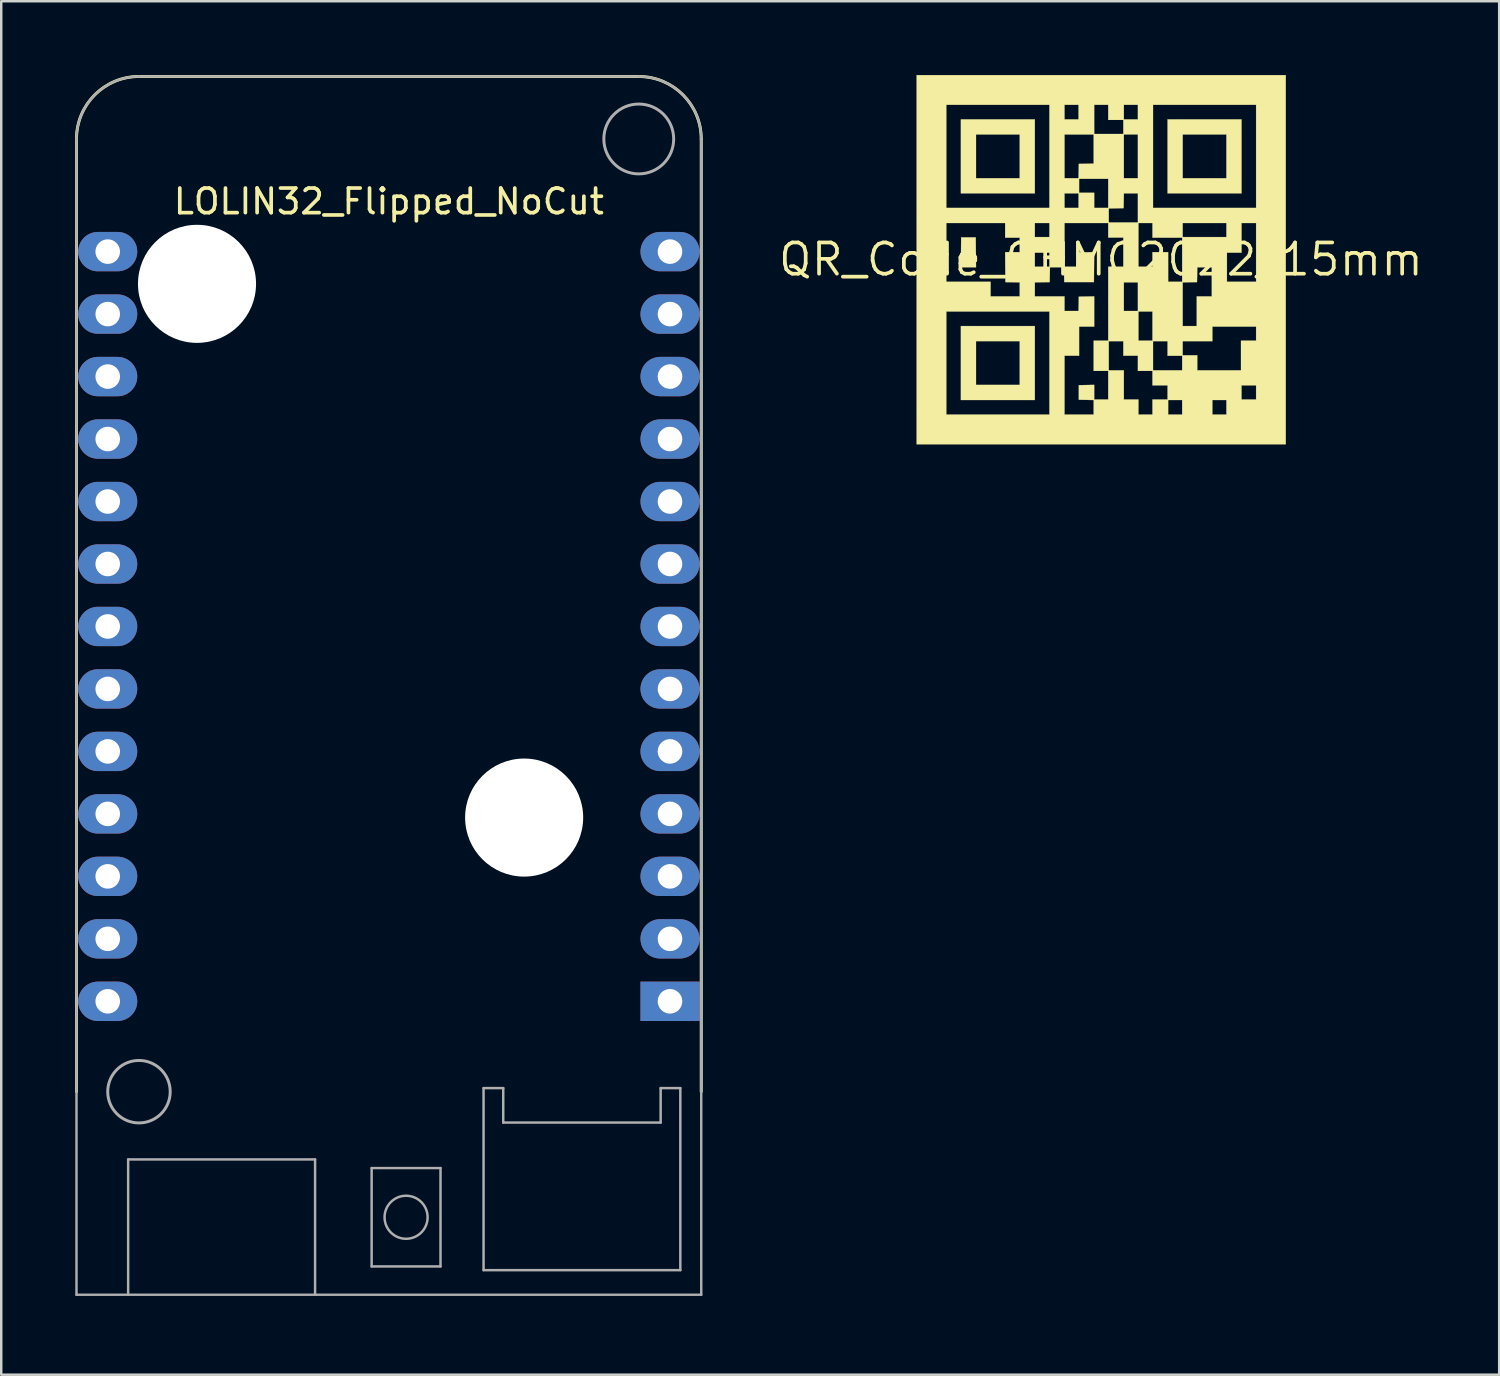
<source format=kicad_pcb>
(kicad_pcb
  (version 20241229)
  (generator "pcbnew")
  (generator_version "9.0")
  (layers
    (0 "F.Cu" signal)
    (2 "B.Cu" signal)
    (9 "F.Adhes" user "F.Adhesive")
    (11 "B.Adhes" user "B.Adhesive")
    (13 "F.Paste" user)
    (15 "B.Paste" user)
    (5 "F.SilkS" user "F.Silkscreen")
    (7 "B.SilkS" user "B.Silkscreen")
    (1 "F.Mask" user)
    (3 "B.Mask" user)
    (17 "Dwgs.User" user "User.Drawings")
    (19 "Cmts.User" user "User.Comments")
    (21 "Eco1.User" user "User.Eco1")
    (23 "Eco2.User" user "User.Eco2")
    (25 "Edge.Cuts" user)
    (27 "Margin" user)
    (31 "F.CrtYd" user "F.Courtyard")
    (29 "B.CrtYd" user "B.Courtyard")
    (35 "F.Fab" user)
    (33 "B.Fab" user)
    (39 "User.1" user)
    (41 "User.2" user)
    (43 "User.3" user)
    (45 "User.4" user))
  (footprint "QR_Code_OHMC2022_15mm"
    (layer "F.Cu")
    (at 41.711 7.498)
    (property "Reference" "QR_Code_OHMC2022_15mm" (at 0 0 0) (layer "F.SilkS") (effects (font (size 1.27 1.27) (thickness 0.15))))
    (attr through_hole)
    (fp_poly (pts (xy -5.085 -0.291) (xy -5.079 0.318) (xy -5.694 0.318) (xy -5.689 -0.291) (xy -5.683 -0.9) (xy -5.091 -0.9) (xy -5.085 -0.291)) (stroke (width 0.01) (type solid)) (fill yes) (layer "F.SilkS"))
    (fp_poly (pts (xy -2.688 -2.688) (xy -5.694 -2.688) (xy -5.694 -5.08) (xy -5.08 -5.08) (xy -5.08 -3.302) (xy -3.302 -3.302) (xy -3.302 -5.08) (xy -5.08 -5.08) (xy -5.694 -5.08) (xy -5.694 -5.694) (xy -2.688 -5.694) (xy -2.688 -2.688)) (stroke (width 0.01) (type solid)) (fill yes) (layer "F.SilkS"))
    (fp_poly (pts (xy -2.688 5.715) (xy -5.694 5.715) (xy -5.694 3.323) (xy -5.08 3.323) (xy -5.08 5.101) (xy -3.302 5.101) (xy -3.302 3.323) (xy -5.08 3.323) (xy -5.694 3.323) (xy -5.694 2.709) (xy -2.688 2.709) (xy -2.688 5.715)) (stroke (width 0.01) (type solid)) (fill yes) (layer "F.SilkS"))
    (fp_poly (pts (xy 5.715 -2.688) (xy 2.709 -2.688) (xy 2.709 -5.08) (xy 3.323 -5.08) (xy 3.323 -3.302) (xy 5.101 -3.302) (xy 5.101 -5.08) (xy 3.323 -5.08) (xy 2.709 -5.08) (xy 2.709 -5.694) (xy 5.715 -5.694) (xy 5.715 -2.688)) (stroke (width 0.01) (type solid)) (fill yes) (layer "F.SilkS"))
    (fp_poly (pts (xy 7.514 7.514) (xy -7.493 7.514) (xy -7.493 2.117) (xy -6.287 2.117) (xy -6.287 6.308) (xy -2.095 6.308) (xy -2.095 2.117) (xy -6.287 2.117) (xy -7.493 2.117) (xy -7.493 -1.482) (xy -6.287 -1.482) (xy -6.287 0.91) (xy -4.487 0.91) (xy -4.487 1.503) (xy -3.302 1.503) (xy -3.302 0.933) (xy -3.304 0.932) (xy -2.688 0.932) (xy -2.688 1.503) (xy -1.482 1.503) (xy -1.482 2.095) (xy -0.911 2.095) (xy -0.905 1.804) (xy -0.9 1.513) (xy -0.587 1.508) (xy -0.275 1.502) (xy -0.275 2.731) (xy -0.889 2.731) (xy -0.889 3.916) (xy -1.482 3.916) (xy -1.482 6.308) (xy -0.296 6.308) (xy -0.296 5.716) (xy -0.598 5.71) (xy -0.9 5.704) (xy -0.9 5.112) (xy -0.587 5.106) (xy -0.275 5.1) (xy -0.275 5.694) (xy 0.296 5.694) (xy 0.296 4.53) (xy -0.296 4.53) (xy -0.296 3.323) (xy 0.318 3.323) (xy 0.318 4.508) (xy 0.931 4.508) (xy 0.931 5.694) (xy 1.524 5.694) (xy 1.524 6.308) (xy 2.095 6.308) (xy 2.095 5.715) (xy 2.731 5.715) (xy 2.731 6.308) (xy 3.302 6.308) (xy 3.302 5.715) (xy 4.53 5.715) (xy 4.53 6.308) (xy 5.101 6.308) (xy 5.101 5.715) (xy 4.53 5.715) (xy 3.302 5.715) (xy 2.731 5.715) (xy 2.095 5.715) (xy 2.095 5.694) (xy 2.709 5.694) (xy 2.709 5.122) (xy 5.715 5.122) (xy 5.715 5.694) (xy 6.308 5.694) (xy 6.308 5.122) (xy 5.715 5.122) (xy 2.709 5.122) (xy 2.095 5.122) (xy 2.095 4.53) (xy 1.503 4.53) (xy 1.503 3.916) (xy 0.91 3.916) (xy 0.91 3.323) (xy 2.117 3.323) (xy 2.117 4.508) (xy 3.302 4.508) (xy 3.302 3.916) (xy 2.709 3.916) (xy 2.709 3.323) (xy 3.323 3.323) (xy 3.323 3.895) (xy 3.916 3.895) (xy 3.916 4.508) (xy 5.694 4.508) (xy 5.694 3.302) (xy 6.308 3.302) (xy 6.308 2.731) (xy 4.53 2.731) (xy 4.53 3.323) (xy 3.323 3.323) (xy 2.709 3.323) (xy 2.117 3.323) (xy 0.91 3.323) (xy 0.318 3.323) (xy -0.296 3.323) (xy -0.296 3.302) (xy 0.296 3.302) (xy 0.296 2.117) (xy 1.524 2.117) (xy 1.524 3.302) (xy 2.095 3.302) (xy 2.095 2.117) (xy 1.524 2.117) (xy 0.296 2.117) (xy 0.296 0.931) (xy 0.931 0.931) (xy 0.931 2.095) (xy 1.503 2.095) (xy 1.503 0.933) (xy 3.323 0.933) (xy 3.323 2.709) (xy 3.895 2.709) (xy 3.895 1.503) (xy 4.508 1.503) (xy 4.508 0.318) (xy 3.917 0.318) (xy 3.905 0.921) (xy 3.614 0.927) (xy 3.323 0.933) (xy 1.503 0.933) (xy 1.503 0.931) (xy 0.931 0.931) (xy 0.296 0.931) (xy 0.296 0.296) (xy 0.91 0.296) (xy 0.91 -0.889) (xy 0.296 -0.889) (xy 0.296 -1.482) (xy 1.524 -1.482) (xy 1.524 0.296) (xy 2.095 0.296) (xy 2.095 -0.296) (xy 2.731 -0.296) (xy 2.731 0.91) (xy 3.302 0.91) (xy 3.302 -0.275) (xy 5.122 -0.275) (xy 5.122 0.91) (xy 6.308 0.91) (xy 6.308 -1.482) (xy 5.715 -1.482) (xy 5.715 -0.275) (xy 5.122 -0.275) (xy 3.302 -0.275) (xy 3.302 -0.889) (xy 2.095 -0.889) (xy 2.095 -1.482) (xy 3.323 -1.482) (xy 3.323 -0.91) (xy 5.101 -0.91) (xy 5.101 -1.482) (xy 3.323 -1.482) (xy 2.095 -1.482) (xy 1.524 -1.482) (xy 0.296 -1.482) (xy -1.482 -1.482) (xy -1.482 0.296) (xy -0.911 0.296) (xy -0.9 -0.286) (xy -0.587 -0.292) (xy -0.275 -0.297) (xy -0.28 0.312) (xy -0.286 0.921) (xy -1.492 0.921) (xy -1.498 0.619) (xy -1.504 0.318) (xy -2.073 0.318) (xy -2.079 0.619) (xy -2.085 0.921) (xy -2.688 0.932) (xy -3.304 0.932) (xy -3.593 0.927) (xy -3.884 0.921) (xy -3.89 0.312) (xy -3.895 -0.275) (xy -2.688 -0.275) (xy -2.688 0.296) (xy -2.095 0.296) (xy -2.095 -0.275) (xy -2.688 -0.275) (xy -3.895 -0.275) (xy -3.895 -0.296) (xy -3.302 -0.296) (xy -3.302 -0.889) (xy -3.895 -0.889) (xy -3.895 -1.482) (xy -2.688 -1.482) (xy -2.688 -0.91) (xy -2.095 -0.91) (xy -2.095 -1.482) (xy -2.688 -1.482) (xy -3.895 -1.482) (xy -6.287 -1.482) (xy -7.493 -1.482) (xy -7.493 -2.073) (xy 0.318 -2.073) (xy 0.318 -1.503) (xy 1.503 -1.503) (xy 1.503 -2.688) (xy 0.932 -2.688) (xy 0.921 -2.085) (xy 0.619 -2.079) (xy 0.318 -2.073) (xy -7.493 -2.073) (xy -7.493 -6.287) (xy -6.287 -6.287) (xy -6.287 -2.095) (xy -2.095 -2.095) (xy -2.095 -2.688) (xy -1.482 -2.688) (xy -1.482 -2.095) (xy -0.91 -2.095) (xy -0.91 -2.688) (xy -1.482 -2.688) (xy -2.095 -2.688) (xy -2.095 -3.281) (xy -0.889 -3.281) (xy -0.889 -2.709) (xy -0.275 -2.709) (xy -0.275 -2.095) (xy 0.296 -2.095) (xy 0.296 -3.281) (xy -0.889 -3.281) (xy -2.095 -3.281) (xy -2.095 -5.08) (xy -1.482 -5.08) (xy -1.482 -3.302) (xy -0.911 -3.302) (xy -0.905 -3.593) (xy -0.9 -3.884) (xy -0.296 -3.896) (xy -0.296 -5.08) (xy 0.931 -5.08) (xy 0.931 -3.302) (xy 1.503 -3.302) (xy 1.503 -5.08) (xy 0.931 -5.08) (xy -0.296 -5.08) (xy -1.482 -5.08) (xy -2.095 -5.08) (xy -2.095 -6.287) (xy -1.482 -6.287) (xy -1.482 -5.694) (xy -0.91 -5.694) (xy -0.91 -6.287) (xy -0.275 -6.287) (xy -0.275 -5.101) (xy 0.91 -5.101) (xy 0.91 -5.673) (xy 0.296 -5.673) (xy 0.296 -6.287) (xy 0.931 -6.287) (xy 0.931 -5.694) (xy 1.503 -5.694) (xy 1.503 -6.287) (xy 2.117 -6.287) (xy 2.117 -2.095) (xy 6.308 -2.095) (xy 6.308 -6.287) (xy 2.117 -6.287) (xy 1.503 -6.287) (xy 0.931 -6.287) (xy 0.296 -6.287) (xy -0.275 -6.287) (xy -0.91 -6.287) (xy -1.482 -6.287) (xy -2.095 -6.287) (xy -6.287 -6.287) (xy -7.493 -6.287) (xy -7.493 -7.493) (xy 7.514 -7.493) (xy 7.514 7.514)) (stroke (width 0.01) (type solid)) (fill yes) (layer "F.SilkS")))
  (footprint "LOLIN32_Flipped_NoCut"
    (layer "F.Cu")
    (at 12.76 49.59)
    (property "Reference" "LOLIN32_Flipped_NoCut" (at 0 -44.45 0) (layer "F.SilkS") (effects (font (size 1 1) (thickness 0.15))))
    (attr through_hole)
    (fp_line (start -12.7 -46.99) (end -12.7 -8.255) (stroke (width 0.12) (type solid)) (layer "F.SilkS"))
    (fp_line (start 10.16 -49.53) (end -10.16 -49.53) (stroke (width 0.12) (type solid)) (layer "F.SilkS"))
    (fp_line (start 12.7 -8.255) (end 12.7 -46.99) (stroke (width 0.12) (type solid)) (layer "F.SilkS"))
    (fp_arc (start -12.699998 -46.99) (mid -11.95605 -48.786051) (end -10.159999 -49.529999) (stroke (width 0.12) (type solid)) (layer "F.SilkS"))
    (fp_arc (start 10.159999 -49.53) (mid 11.95605 -48.786051) (end 12.699999 -46.99) (stroke (width 0.12) (type solid)) (layer "F.SilkS"))
    (fp_line (start -12.7 -46.99) (end -12.7 0) (stroke (width 0.1) (type solid)) (layer "F.Fab"))
    (fp_line (start -12.7 0) (end 12.7 0) (stroke (width 0.1) (type solid)) (layer "F.Fab"))
    (fp_line (start -10.6 -5.5) (end -3 -5.5) (stroke (width 0.1) (type solid)) (layer "F.Fab"))
    (fp_line (start -10.6 0) (end -10.6 -5.5) (stroke (width 0.1) (type solid)) (layer "F.Fab"))
    (fp_line (start -3 -5.5) (end -3 0) (stroke (width 0.1) (type solid)) (layer "F.Fab"))
    (fp_line (start -0.7 -5.15) (end 2.1 -5.15) (stroke (width 0.1) (type solid)) (layer "F.Fab"))
    (fp_line (start -0.7 -1.15) (end -0.7 -5.15) (stroke (width 0.1) (type solid)) (layer "F.Fab"))
    (fp_line (start 2.1 -5.15) (end 2.1 -1.15) (stroke (width 0.1) (type solid)) (layer "F.Fab"))
    (fp_line (start 2.1 -1.15) (end -0.7 -1.15) (stroke (width 0.1) (type solid)) (layer "F.Fab"))
    (fp_line (start 3.85 -8.4) (end 4.65 -8.4) (stroke (width 0.1) (type solid)) (layer "F.Fab"))
    (fp_line (start 3.85 -1) (end 3.85 -8.4) (stroke (width 0.1) (type solid)) (layer "F.Fab"))
    (fp_line (start 4.65 -7) (end 11.05 -7) (stroke (width 0.1) (type solid)) (layer "F.Fab"))
    (fp_line (start 4.65 -8.4) (end 4.65 -7) (stroke (width 0.1) (type solid)) (layer "F.Fab"))
    (fp_line (start 10.16 -49.53) (end -10.16 -49.53) (stroke (width 0.1) (type solid)) (layer "F.Fab"))
    (fp_line (start 11.05 -8.4) (end 11.85 -8.4) (stroke (width 0.1) (type solid)) (layer "F.Fab"))
    (fp_line (start 11.05 -7) (end 11.05 -8.4) (stroke (width 0.1) (type solid)) (layer "F.Fab"))
    (fp_line (start 11.85 -8.4) (end 11.85 -1) (stroke (width 0.1) (type solid)) (layer "F.Fab"))
    (fp_line (start 11.85 -1) (end 3.85 -1) (stroke (width 0.1) (type solid)) (layer "F.Fab"))
    (fp_line (start 12.7 0) (end 12.7 -46.99) (stroke (width 0.1) (type solid)) (layer "F.Fab"))
    (fp_arc (start -12.699998 -46.99) (mid -11.95605 -48.786051) (end -10.159999 -49.529999) (stroke (width 0.1) (type solid)) (layer "F.Fab"))
    (fp_arc (start 10.159999 -49.53) (mid 11.95605 -48.786051) (end 12.699999 -46.99) (stroke (width 0.1) (type solid)) (layer "F.Fab"))
    (fp_circle (center -10.16 -8.255) (end -8.89 -8.255) (stroke (width 0.12) (type solid)) (fill no) (layer "F.Fab"))
    (fp_circle (center 0.7 -3.15) (end 1.575 -3.15) (stroke (width 0.1) (type solid)) (fill no) (layer "F.Fab"))
    (fp_circle (center 10.16 -46.99) (end 11.43 -47.625) (stroke (width 0.12) (type solid)) (fill no) (layer "F.Fab"))
    (pad "" np_thru_hole circle (at -7.8 -41.1) (size 4.8 4.8) (drill 4.8) (layers "*.Cu" "*.Mask"))
    (pad "" np_thru_hole circle (at 5.5 -19.4) (size 4.8 4.8) (drill 4.8) (layers "*.Cu" "*.Mask"))
    (pad "1" thru_hole rect (at 11.43 -11.93) (size 2.4 1.6) (drill 1) (layers "*.Cu" "*.Mask"))
    (pad "2" thru_hole oval (at 11.43 -14.47) (size 2.4 1.6) (drill 1) (layers "*.Cu" "*.Mask"))
    (pad "3" thru_hole oval (at 11.43 -17.01) (size 2.4 1.6) (drill 1) (layers "*.Cu" "*.Mask"))
    (pad "4" thru_hole oval (at 11.43 -19.55) (size 2.4 1.6) (drill 1) (layers "*.Cu" "*.Mask"))
    (pad "5" thru_hole oval (at 11.43 -22.09) (size 2.4 1.6) (drill 1) (layers "*.Cu" "*.Mask"))
    (pad "6" thru_hole oval (at 11.43 -24.63) (size 2.4 1.6) (drill 1) (layers "*.Cu" "*.Mask"))
    (pad "7" thru_hole oval (at 11.43 -27.17) (size 2.4 1.6) (drill 1) (layers "*.Cu" "*.Mask"))
    (pad "8" thru_hole oval (at 11.43 -29.71) (size 2.4 1.6) (drill 1) (layers "*.Cu" "*.Mask"))
    (pad "9" thru_hole oval (at 11.43 -32.25) (size 2.4 1.6) (drill 1) (layers "*.Cu" "*.Mask"))
    (pad "10" thru_hole oval (at 11.43 -34.79) (size 2.4 1.6) (drill 1) (layers "*.Cu" "*.Mask"))
    (pad "11" thru_hole oval (at 11.43 -37.33) (size 2.4 1.6) (drill 1) (layers "*.Cu" "*.Mask"))
    (pad "12" thru_hole oval (at 11.43 -39.87) (size 2.4 1.6) (drill 1) (layers "*.Cu" "*.Mask"))
    (pad "13" thru_hole oval (at 11.43 -42.41) (size 2.4 1.6) (drill 1) (layers "*.Cu" "*.Mask"))
    (pad "14" thru_hole oval (at -11.43 -42.41) (size 2.4 1.6) (drill 1) (layers "*.Cu" "*.Mask"))
    (pad "15" thru_hole oval (at -11.43 -39.87) (size 2.4 1.6) (drill 1) (layers "*.Cu" "*.Mask"))
    (pad "16" thru_hole oval (at -11.43 -37.33) (size 2.4 1.6) (drill 1) (layers "*.Cu" "*.Mask"))
    (pad "17" thru_hole oval (at -11.43 -34.79) (size 2.4 1.6) (drill 1) (layers "*.Cu" "*.Mask"))
    (pad "18" thru_hole oval (at -11.43 -32.25) (size 2.4 1.6) (drill 1) (layers "*.Cu" "*.Mask"))
    (pad "19" thru_hole oval (at -11.43 -29.71) (size 2.4 1.6) (drill 1) (layers "*.Cu" "*.Mask"))
    (pad "20" thru_hole oval (at -11.43 -27.17) (size 2.4 1.6) (drill 1) (layers "*.Cu" "*.Mask"))
    (pad "21" thru_hole oval (at -11.43 -24.63) (size 2.4 1.6) (drill 1) (layers "*.Cu" "*.Mask"))
    (pad "22" thru_hole oval (at -11.43 -22.09) (size 2.4 1.6) (drill 1) (layers "*.Cu" "*.Mask"))
    (pad "23" thru_hole oval (at -11.43 -19.55) (size 2.4 1.6) (drill 1) (layers "*.Cu" "*.Mask"))
    (pad "24" thru_hole oval (at -11.43 -17.01) (size 2.4 1.6) (drill 1) (layers "*.Cu" "*.Mask"))
    (pad "25" thru_hole oval (at -11.43 -14.47) (size 2.4 1.6) (drill 1) (layers "*.Cu" "*.Mask"))
    (pad "26" thru_hole oval (at -11.43 -11.93) (size 2.4 1.6) (drill 1) (layers "*.Cu" "*.Mask")))
  (gr_rect
    (start -3 -3)
    (end 57.902 52.84)
    (stroke (width 0.1) (type default))
    (fill no)
    (layer "Edge.Cuts")))
</source>
